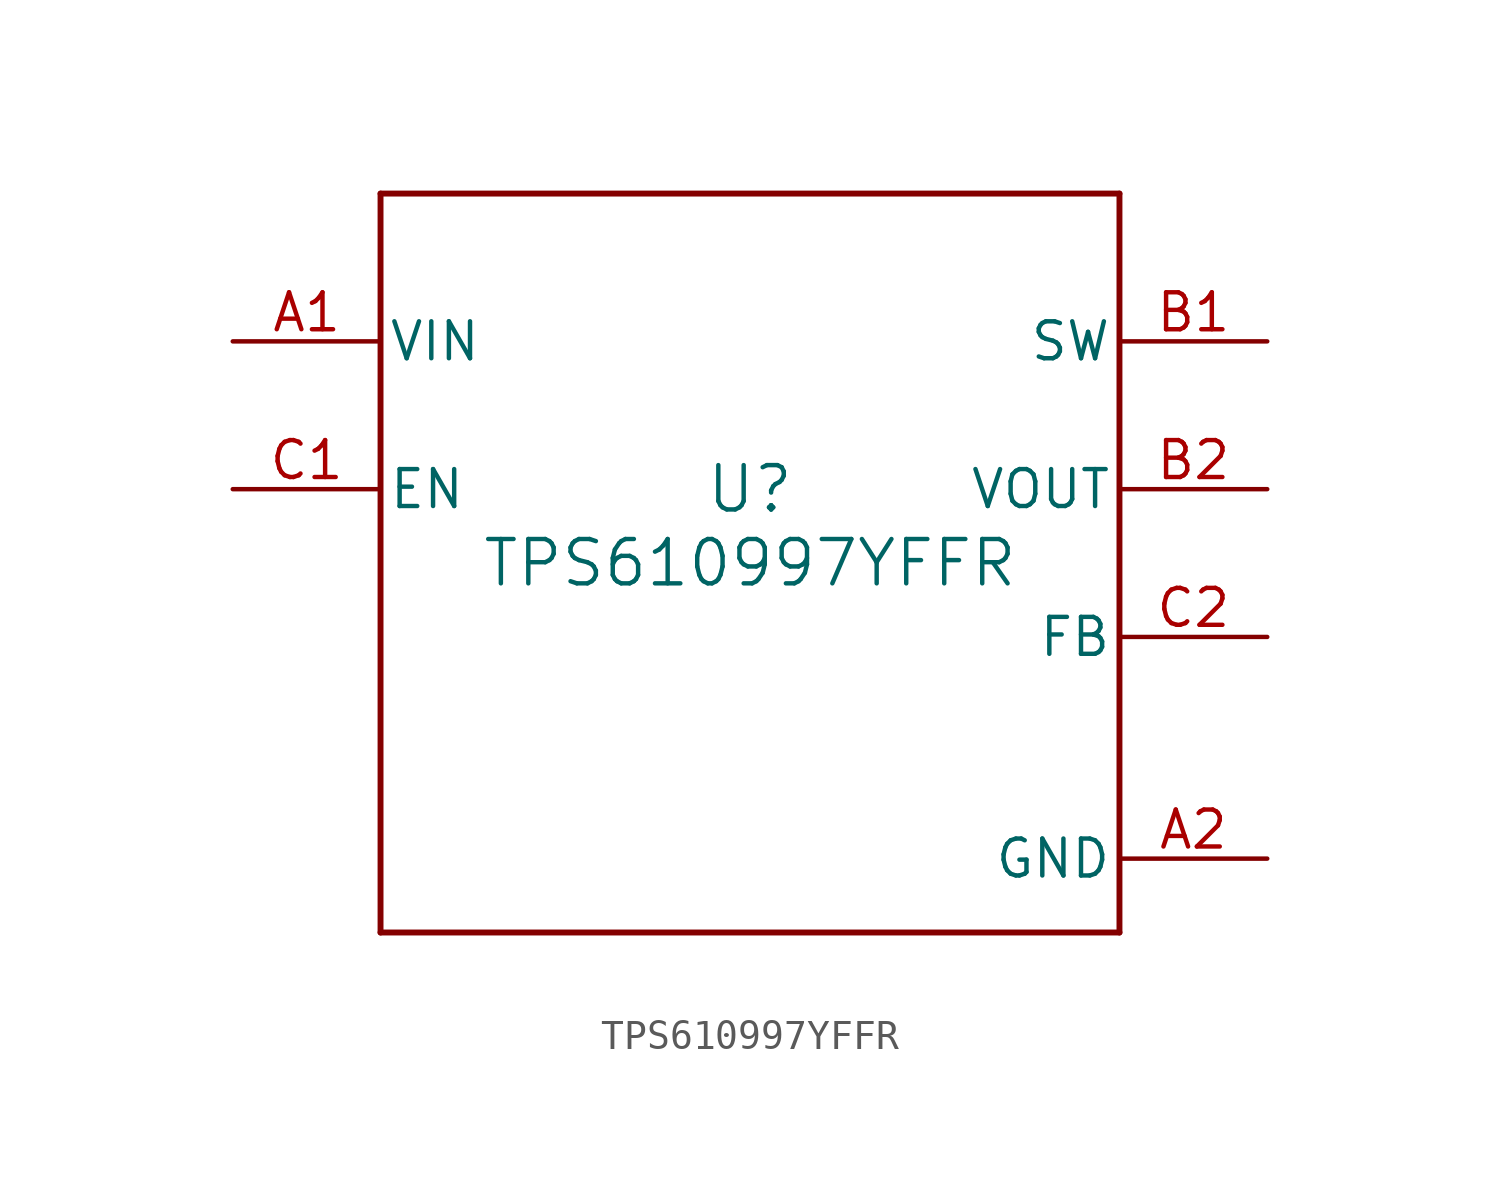
<source format=kicad_sym>
(kicad_symbol_lib
  (version 20211014)
  (generator kicad_symbol_editor)
  (symbol "TPS610997YFFR"
    (pin_names
      (offset 0.254))
    (property "Reference" "U"
      (at 0 2.54 0)
      (effects (font (size 1.524 1.524))))
    (property "Value" "TPS610997YFFR"
      (at 0 0 0)
      (effects (font (size 1.524 1.524))))
    (symbol "TPS610997YFFR_0_1"
      (polyline (pts (xy -12.7 -12.7) (xy 12.7 -12.7)) (stroke (width 0.203) (type default) (color 0 0 0 0)) (fill (type none)))
      (polyline (pts (xy 12.7 -12.7) (xy 12.7 12.7)) (stroke (width 0.203) (type default) (color 0 0 0 0)) (fill (type none)))
      (polyline (pts (xy 12.7 12.7) (xy -12.7 12.7)) (stroke (width 0.203) (type default) (color 0 0 0 0)) (fill (type none)))
      (polyline (pts (xy -12.7 12.7) (xy -12.7 -12.7)) (stroke (width 0.203) (type default) (color 0 0 0 0)) (fill (type none)))
      (pin power_in line (at -17.78 7.62 0) (length 5.08) (name "VIN" (effects (font (size 1.27 1.27)))) (number "A1" (effects (font (size 1.27 1.27)))))
      (pin power_in line (at 17.78 -10.16 180) (length 5.08) (name "GND" (effects (font (size 1.27 1.27)))) (number "A2" (effects (font (size 1.27 1.27)))))
      (pin power_in line (at 17.78 7.62 180) (length 5.08) (name "SW" (effects (font (size 1.27 1.27)))) (number "B1" (effects (font (size 1.27 1.27)))))
      (pin power_in line (at 17.78 2.54 180) (length 5.08) (name "VOUT" (effects (font (size 1.27 1.27)))) (number "B2" (effects (font (size 1.27 1.27)))))
      (pin input line (at -17.78 2.54 0) (length 5.08) (name "EN" (effects (font (size 1.27 1.27)))) (number "C1" (effects (font (size 1.27 1.27)))))
      (pin input line (at 17.78 -2.54 180) (length 5.08) (name "FB" (effects (font (size 1.27 1.27)))) (number "C2" (effects (font (size 1.27 1.27))))))))
</source>
